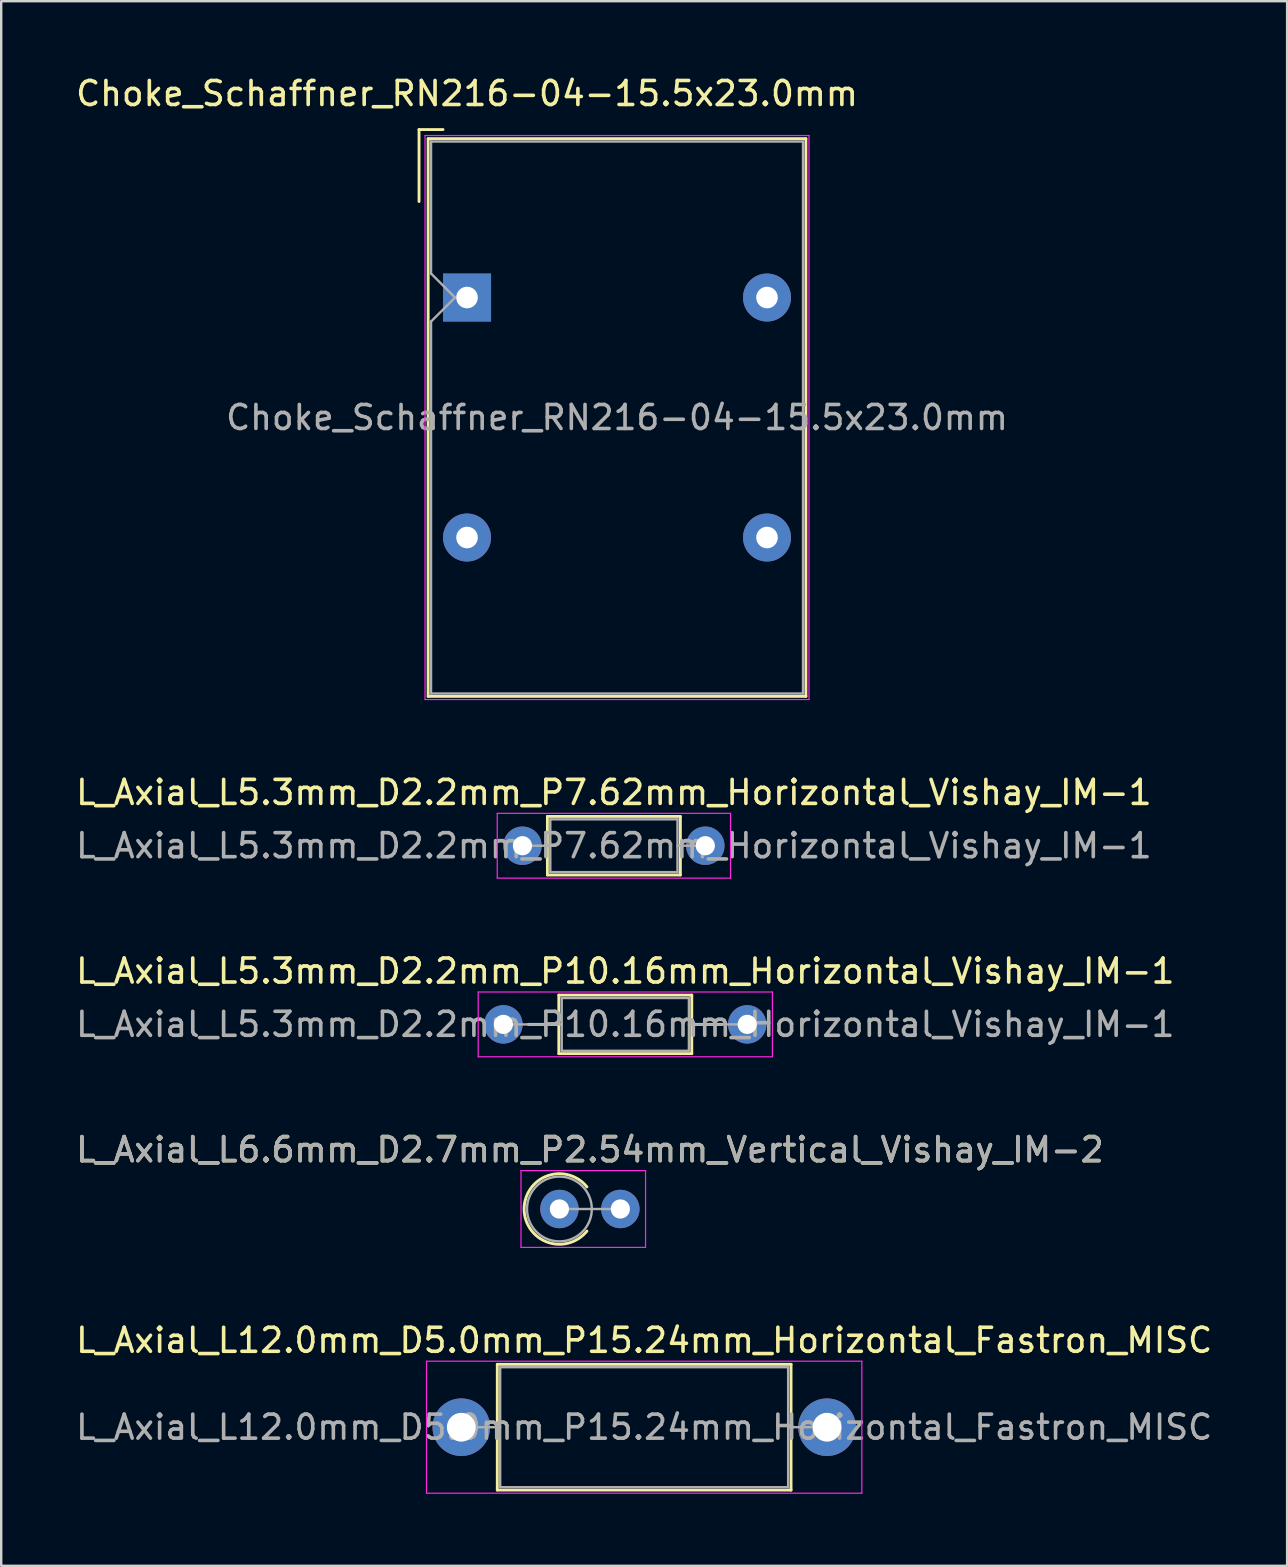
<source format=kicad_pcb>
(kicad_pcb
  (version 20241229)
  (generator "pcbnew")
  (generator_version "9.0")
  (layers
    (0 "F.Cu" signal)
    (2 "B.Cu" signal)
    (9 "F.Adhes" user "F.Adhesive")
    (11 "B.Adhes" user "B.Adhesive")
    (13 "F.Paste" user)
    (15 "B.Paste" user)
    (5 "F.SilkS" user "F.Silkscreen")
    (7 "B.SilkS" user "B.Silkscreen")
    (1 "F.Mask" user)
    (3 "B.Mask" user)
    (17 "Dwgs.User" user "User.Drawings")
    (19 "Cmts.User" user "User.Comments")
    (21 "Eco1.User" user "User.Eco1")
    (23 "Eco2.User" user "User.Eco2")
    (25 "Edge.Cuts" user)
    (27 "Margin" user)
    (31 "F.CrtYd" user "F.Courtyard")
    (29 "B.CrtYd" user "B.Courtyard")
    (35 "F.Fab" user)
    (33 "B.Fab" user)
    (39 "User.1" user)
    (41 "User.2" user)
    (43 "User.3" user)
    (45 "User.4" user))
  (footprint "Choke_Schaffner_RN216-04-15.5x23.0mm"
    (layer "F.Cu")
    (at 16.411 9.348)
    (property "Reference" "Choke_Schaffner_RN216-04-15.5x23.0mm" (at 0 -8.5 0) (layer "F.SilkS") (effects (font (size 1 1) (thickness 0.15))))
    (attr through_hole)
    (fp_line (start -2 -7) (end -2 -4) (stroke (width 0.12) (type solid)) (layer "F.SilkS"))
    (fp_line (start -2 -7) (end -1 -7) (stroke (width 0.12) (type solid)) (layer "F.SilkS"))
    (fp_line (start -1.62 -6.62) (end 14.12 -6.62) (stroke (width 0.12) (type solid)) (layer "F.SilkS"))
    (fp_line (start -1.62 16.62) (end -1.62 -6.62) (stroke (width 0.12) (type solid)) (layer "F.SilkS"))
    (fp_line (start 14.12 -6.62) (end 14.12 16.62) (stroke (width 0.12) (type solid)) (layer "F.SilkS"))
    (fp_line (start 14.12 16.62) (end -1.62 16.62) (stroke (width 0.12) (type solid)) (layer "F.SilkS"))
    (fp_line (start -1.75 -6.75) (end -1.75 16.75) (stroke (width 0.05) (type solid)) (layer "F.CrtYd"))
    (fp_line (start -1.75 16.75) (end 14.25 16.75) (stroke (width 0.05) (type solid)) (layer "F.CrtYd"))
    (fp_line (start 14.25 -6.75) (end -1.75 -6.75) (stroke (width 0.05) (type solid)) (layer "F.CrtYd"))
    (fp_line (start 14.25 16.75) (end 14.25 -6.75) (stroke (width 0.05) (type solid)) (layer "F.CrtYd"))
    (fp_line (start -1.5 -6.5) (end 14 -6.5) (stroke (width 0.1) (type solid)) (layer "F.Fab"))
    (fp_line (start -1.5 -1) (end -1.5 -6.5) (stroke (width 0.1) (type solid)) (layer "F.Fab"))
    (fp_line (start -1.5 1) (end -0.5 0) (stroke (width 0.1) (type solid)) (layer "F.Fab"))
    (fp_line (start -1.5 16.5) (end -1.5 1) (stroke (width 0.1) (type solid)) (layer "F.Fab"))
    (fp_line (start -0.5 0) (end -1.5 -1) (stroke (width 0.1) (type solid)) (layer "F.Fab"))
    (fp_line (start 14 -6.5) (end 14 16.5) (stroke (width 0.1) (type solid)) (layer "F.Fab"))
    (fp_line (start 14 16.5) (end -1.5 16.5) (stroke (width 0.1) (type solid)) (layer "F.Fab"))
    (fp_text user "${REFERENCE}" (at 6.25 5 0) (layer "F.Fab") (effects (font (size 1 1) (thickness 0.15))))
    (pad "1" thru_hole rect (at 0 0) (size 2 2) (drill 0.9) (layers "*.Cu" "*.Mask"))
    (pad "2" thru_hole circle (at 12.5 0) (size 2 2) (drill 0.9) (layers "*.Cu" "*.Mask"))
    (pad "3" thru_hole circle (at 0 10) (size 2 2) (drill 0.9) (layers "*.Cu" "*.Mask"))
    (pad "4" thru_hole circle (at 12.5 10) (size 2 2) (drill 0.9) (layers "*.Cu" "*.Mask")))
  (footprint "L_Axial_L5.3mm_D2.2mm_P10.16mm_Horizontal_Vishay_IM-1"
    (layer "F.Cu")
    (at 17.926 39.635)
    (property "Reference" "L_Axial_L5.3mm_D2.2mm_P10.16mm_Horizontal_Vishay_IM-1" (at 5.08 -2.22 0) (layer "F.SilkS") (effects (font (size 1 1) (thickness 0.15))))
    (attr through_hole)
    (fp_line (start 1.04 0) (end 2.31 0) (stroke (width 0.12) (type solid)) (layer "F.SilkS"))
    (fp_line (start 2.31 -1.22) (end 2.31 1.22) (stroke (width 0.12) (type solid)) (layer "F.SilkS"))
    (fp_line (start 2.31 1.22) (end 7.85 1.22) (stroke (width 0.12) (type solid)) (layer "F.SilkS"))
    (fp_line (start 7.85 -1.22) (end 2.31 -1.22) (stroke (width 0.12) (type solid)) (layer "F.SilkS"))
    (fp_line (start 7.85 1.22) (end 7.85 -1.22) (stroke (width 0.12) (type solid)) (layer "F.SilkS"))
    (fp_line (start 9.12 0) (end 7.85 0) (stroke (width 0.12) (type solid)) (layer "F.SilkS"))
    (fp_line (start -1.05 -1.35) (end -1.05 1.35) (stroke (width 0.05) (type solid)) (layer "F.CrtYd"))
    (fp_line (start -1.05 1.35) (end 11.21 1.35) (stroke (width 0.05) (type solid)) (layer "F.CrtYd"))
    (fp_line (start 11.21 -1.35) (end -1.05 -1.35) (stroke (width 0.05) (type solid)) (layer "F.CrtYd"))
    (fp_line (start 11.21 1.35) (end 11.21 -1.35) (stroke (width 0.05) (type solid)) (layer "F.CrtYd"))
    (fp_line (start 0 0) (end 2.43 0) (stroke (width 0.1) (type solid)) (layer "F.Fab"))
    (fp_line (start 2.43 -1.1) (end 2.43 1.1) (stroke (width 0.1) (type solid)) (layer "F.Fab"))
    (fp_line (start 2.43 1.1) (end 7.73 1.1) (stroke (width 0.1) (type solid)) (layer "F.Fab"))
    (fp_line (start 7.73 -1.1) (end 2.43 -1.1) (stroke (width 0.1) (type solid)) (layer "F.Fab"))
    (fp_line (start 7.73 1.1) (end 7.73 -1.1) (stroke (width 0.1) (type solid)) (layer "F.Fab"))
    (fp_line (start 10.16 0) (end 7.73 0) (stroke (width 0.1) (type solid)) (layer "F.Fab"))
    (fp_text user "${REFERENCE}" (at 5.08 0 0) (layer "F.Fab") (effects (font (size 1 1) (thickness 0.15))))
    (pad "1" thru_hole circle (at 0 0) (size 1.6 1.6) (drill 0.8) (layers "*.Cu" "*.Mask"))
    (pad "2" thru_hole oval (at 10.16 0) (size 1.6 1.6) (drill 0.8) (layers "*.Cu" "*.Mask")))
  (footprint "L_Axial_L6.6mm_D2.7mm_P2.54mm_Vertical_Vishay_IM-2"
    (layer "F.Cu")
    (at 20.26 47.328)
    (property "Reference" "L_Axial_L6.6mm_D2.7mm_P2.54mm_Vertical_Vishay_IM-2" (at 1.27 -2.47 0) (layer "F.SilkS") (effects (font (size 1 1) (thickness 0.15))))
    (attr through_hole)
    (fp_arc (start 1.146516 0.92) (mid -1.47 0) (end 1.146516 -0.92) (stroke (width 0.12) (type solid)) (layer "F.SilkS"))
    (fp_line (start -1.6 -1.6) (end -1.6 1.6) (stroke (width 0.05) (type solid)) (layer "F.CrtYd"))
    (fp_line (start -1.6 1.6) (end 3.59 1.6) (stroke (width 0.05) (type solid)) (layer "F.CrtYd"))
    (fp_line (start 3.59 -1.6) (end -1.6 -1.6) (stroke (width 0.05) (type solid)) (layer "F.CrtYd"))
    (fp_line (start 3.59 1.6) (end 3.59 -1.6) (stroke (width 0.05) (type solid)) (layer "F.CrtYd"))
    (fp_line (start 0 0) (end 2.54 0) (stroke (width 0.1) (type solid)) (layer "F.Fab"))
    (fp_circle (center 0 0) (end 1.35 0) (stroke (width 0.1) (type solid)) (fill no) (layer "F.Fab"))
    (fp_text user "${REFERENCE}" (at 1.27 -2.47 0) (layer "F.Fab") (effects (font (size 1 1) (thickness 0.15))))
    (pad "1" thru_hole circle (at 0 0) (size 1.6 1.6) (drill 0.8) (layers "*.Cu" "*.Mask"))
    (pad "2" thru_hole oval (at 2.54 0) (size 1.6 1.6) (drill 0.8) (layers "*.Cu" "*.Mask")))
  (footprint "L_Axial_L5.3mm_D2.2mm_P7.62mm_Horizontal_Vishay_IM-1"
    (layer "F.Cu")
    (at 18.72 32.191)
    (property "Reference" "L_Axial_L5.3mm_D2.2mm_P7.62mm_Horizontal_Vishay_IM-1" (at 3.81 -2.22 0) (layer "F.SilkS") (effects (font (size 1 1) (thickness 0.15))))
    (attr through_hole)
    (fp_line (start 1.04 -1.22) (end 1.04 1.22) (stroke (width 0.12) (type solid)) (layer "F.SilkS"))
    (fp_line (start 1.04 1.22) (end 6.58 1.22) (stroke (width 0.12) (type solid)) (layer "F.SilkS"))
    (fp_line (start 6.58 -1.22) (end 1.04 -1.22) (stroke (width 0.12) (type solid)) (layer "F.SilkS"))
    (fp_line (start 6.58 1.22) (end 6.58 -1.22) (stroke (width 0.12) (type solid)) (layer "F.SilkS"))
    (fp_line (start -1.05 -1.35) (end -1.05 1.35) (stroke (width 0.05) (type solid)) (layer "F.CrtYd"))
    (fp_line (start -1.05 1.35) (end 8.67 1.35) (stroke (width 0.05) (type solid)) (layer "F.CrtYd"))
    (fp_line (start 8.67 -1.35) (end -1.05 -1.35) (stroke (width 0.05) (type solid)) (layer "F.CrtYd"))
    (fp_line (start 8.67 1.35) (end 8.67 -1.35) (stroke (width 0.05) (type solid)) (layer "F.CrtYd"))
    (fp_line (start 0 0) (end 1.16 0) (stroke (width 0.1) (type solid)) (layer "F.Fab"))
    (fp_line (start 1.16 -1.1) (end 1.16 1.1) (stroke (width 0.1) (type solid)) (layer "F.Fab"))
    (fp_line (start 1.16 1.1) (end 6.46 1.1) (stroke (width 0.1) (type solid)) (layer "F.Fab"))
    (fp_line (start 6.46 -1.1) (end 1.16 -1.1) (stroke (width 0.1) (type solid)) (layer "F.Fab"))
    (fp_line (start 6.46 1.1) (end 6.46 -1.1) (stroke (width 0.1) (type solid)) (layer "F.Fab"))
    (fp_line (start 7.62 0) (end 6.46 0) (stroke (width 0.1) (type solid)) (layer "F.Fab"))
    (fp_text user "${REFERENCE}" (at 3.81 0 0) (layer "F.Fab") (effects (font (size 1 1) (thickness 0.15))))
    (pad "1" thru_hole circle (at 0 0) (size 1.6 1.6) (drill 0.8) (layers "*.Cu" "*.Mask"))
    (pad "2" thru_hole oval (at 7.62 0) (size 1.6 1.6) (drill 0.8) (layers "*.Cu" "*.Mask")))
  (footprint "L_Axial_L12.0mm_D5.0mm_P15.24mm_Horizontal_Fastron_MISC"
    (layer "F.Cu")
    (at 16.172 56.421)
    (property "Reference" "L_Axial_L12.0mm_D5.0mm_P15.24mm_Horizontal_Fastron_MISC" (at 7.62 -3.62 0) (layer "F.SilkS") (effects (font (size 1 1) (thickness 0.15))))
    (attr through_hole)
    (fp_line (start 1.44 0) (end 1.5 0) (stroke (width 0.12) (type solid)) (layer "F.SilkS"))
    (fp_line (start 1.5 -2.62) (end 1.5 2.62) (stroke (width 0.12) (type solid)) (layer "F.SilkS"))
    (fp_line (start 1.5 2.62) (end 13.74 2.62) (stroke (width 0.12) (type solid)) (layer "F.SilkS"))
    (fp_line (start 13.74 -2.62) (end 1.5 -2.62) (stroke (width 0.12) (type solid)) (layer "F.SilkS"))
    (fp_line (start 13.74 2.62) (end 13.74 -2.62) (stroke (width 0.12) (type solid)) (layer "F.SilkS"))
    (fp_line (start 13.8 0) (end 13.74 0) (stroke (width 0.12) (type solid)) (layer "F.SilkS"))
    (fp_line (start -1.45 -2.75) (end -1.45 2.75) (stroke (width 0.05) (type solid)) (layer "F.CrtYd"))
    (fp_line (start -1.45 2.75) (end 16.69 2.75) (stroke (width 0.05) (type solid)) (layer "F.CrtYd"))
    (fp_line (start 16.69 -2.75) (end -1.45 -2.75) (stroke (width 0.05) (type solid)) (layer "F.CrtYd"))
    (fp_line (start 16.69 2.75) (end 16.69 -2.75) (stroke (width 0.05) (type solid)) (layer "F.CrtYd"))
    (fp_line (start 0 0) (end 1.62 0) (stroke (width 0.1) (type solid)) (layer "F.Fab"))
    (fp_line (start 1.62 -2.5) (end 1.62 2.5) (stroke (width 0.1) (type solid)) (layer "F.Fab"))
    (fp_line (start 1.62 2.5) (end 13.62 2.5) (stroke (width 0.1) (type solid)) (layer "F.Fab"))
    (fp_line (start 13.62 -2.5) (end 1.62 -2.5) (stroke (width 0.1) (type solid)) (layer "F.Fab"))
    (fp_line (start 13.62 2.5) (end 13.62 -2.5) (stroke (width 0.1) (type solid)) (layer "F.Fab"))
    (fp_line (start 15.24 0) (end 13.62 0) (stroke (width 0.1) (type solid)) (layer "F.Fab"))
    (fp_text user "${REFERENCE}" (at 7.62 0 0) (layer "F.Fab") (effects (font (size 1 1) (thickness 0.15))))
    (pad "1" thru_hole circle (at 0 0) (size 2.4 2.4) (drill 1.2) (layers "*.Cu" "*.Mask"))
    (pad "2" thru_hole oval (at 15.24 0) (size 2.4 2.4) (drill 1.2) (layers "*.Cu" "*.Mask")))
  (gr_rect
    (start -3 -3)
    (end 50.583 62.196)
    (stroke (width 0.1) (type default))
    (fill no)
    (layer "Edge.Cuts")))
</source>
